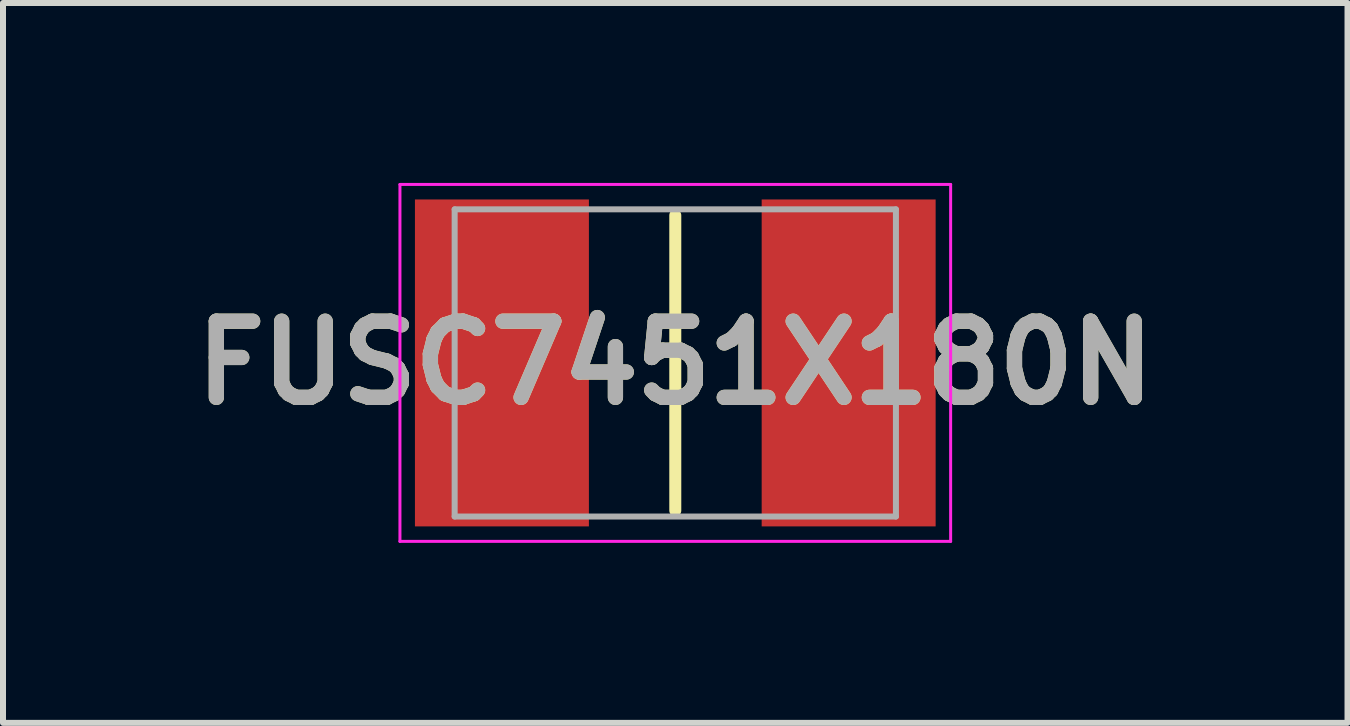
<source format=kicad_pcb>
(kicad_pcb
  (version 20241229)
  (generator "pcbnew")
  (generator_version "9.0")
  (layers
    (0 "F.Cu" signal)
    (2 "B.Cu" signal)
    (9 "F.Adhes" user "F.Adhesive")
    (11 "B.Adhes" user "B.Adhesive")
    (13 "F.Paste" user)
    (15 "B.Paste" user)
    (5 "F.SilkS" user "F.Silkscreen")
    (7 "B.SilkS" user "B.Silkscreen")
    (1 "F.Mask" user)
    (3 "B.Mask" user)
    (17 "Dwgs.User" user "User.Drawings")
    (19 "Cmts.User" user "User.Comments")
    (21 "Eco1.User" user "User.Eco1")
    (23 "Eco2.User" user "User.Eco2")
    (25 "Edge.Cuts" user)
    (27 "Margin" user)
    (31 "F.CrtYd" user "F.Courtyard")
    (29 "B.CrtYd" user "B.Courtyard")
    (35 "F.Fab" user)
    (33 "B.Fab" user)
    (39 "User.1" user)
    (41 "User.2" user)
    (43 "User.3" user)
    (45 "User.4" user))
  (footprint "FUSC7451X180N"
    (layer "F.Cu")
    (at 8.207 3)
    (property "Reference" "FUSC7451X180N" (at 0 0 0) (layer "F.SilkS") (effects (font (size 1.27 1.27) (thickness 0.254))))
    (attr smd)
    (fp_line (start 0 -2.46) (end 0 2.46) (stroke (width 0.2) (type solid)) (layer "F.SilkS"))
    (fp_line (start -4.59 -2.975) (end 4.59 -2.975) (stroke (width 0.05) (type solid)) (layer "F.CrtYd"))
    (fp_line (start -4.59 2.975) (end -4.59 -2.975) (stroke (width 0.05) (type solid)) (layer "F.CrtYd"))
    (fp_line (start 4.59 -2.975) (end 4.59 2.975) (stroke (width 0.05) (type solid)) (layer "F.CrtYd"))
    (fp_line (start 4.59 2.975) (end -4.59 2.975) (stroke (width 0.05) (type solid)) (layer "F.CrtYd"))
    (fp_line (start -3.678 -2.56) (end 3.678 -2.56) (stroke (width 0.1) (type solid)) (layer "F.Fab"))
    (fp_line (start -3.678 2.56) (end -3.678 -2.56) (stroke (width 0.1) (type solid)) (layer "F.Fab"))
    (fp_line (start 3.678 -2.56) (end 3.678 2.56) (stroke (width 0.1) (type solid)) (layer "F.Fab"))
    (fp_line (start 3.678 2.56) (end -3.678 2.56) (stroke (width 0.1) (type solid)) (layer "F.Fab"))
    (fp_text user "${REFERENCE}" (at 0 0 0) (layer "F.Fab") (effects (font (size 1.27 1.27) (thickness 0.254))))
    (pad "1" smd rect (at -2.89 0) (size 2.9 5.45) (layers "F.Cu" "F.Mask" "F.Paste"))
    (pad "2" smd rect (at 2.89 0) (size 2.9 5.45) (layers "F.Cu" "F.Mask" "F.Paste")))
  (gr_rect
    (start -3 -3)
    (end 19.413 9)
    (stroke (width 0.1) (type default))
    (fill no)
    (layer "Edge.Cuts")))
</source>
